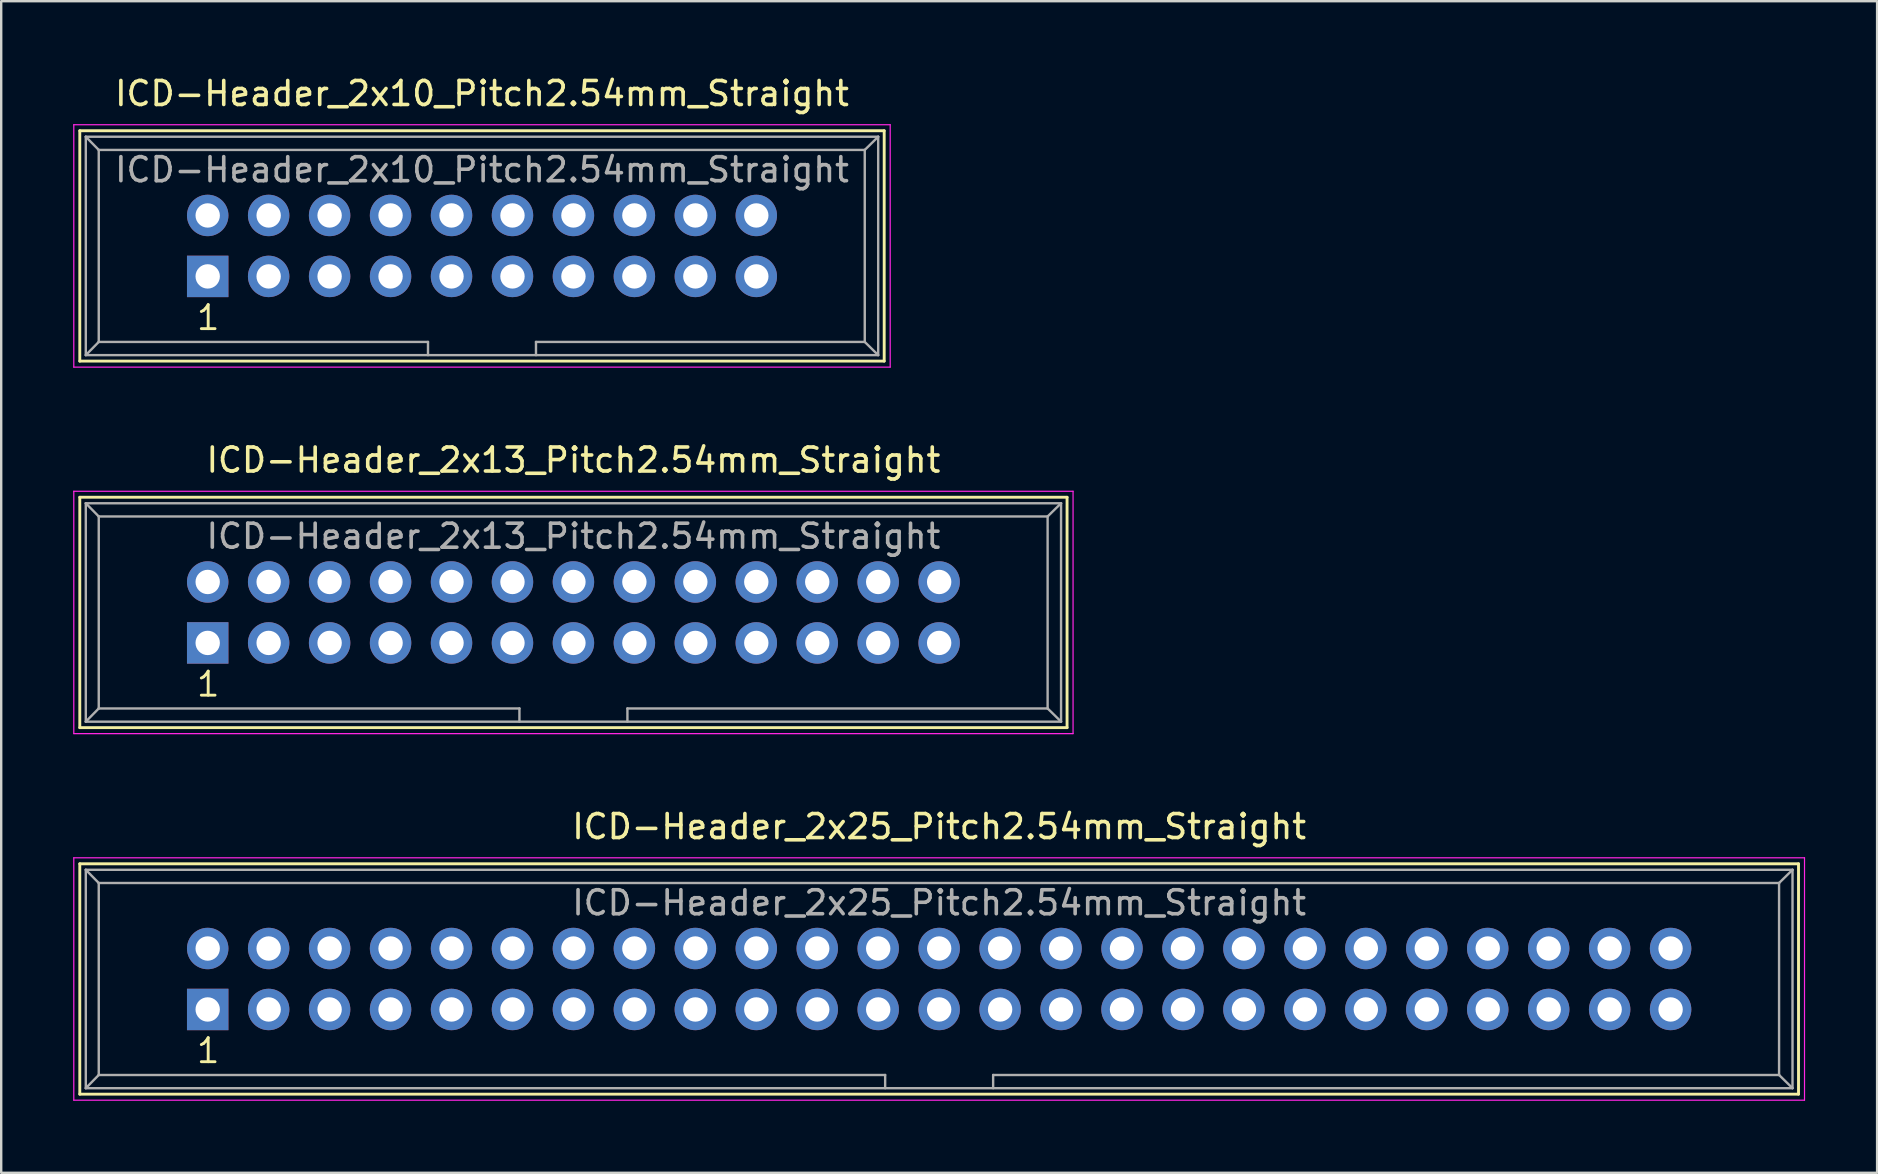
<source format=kicad_pcb>
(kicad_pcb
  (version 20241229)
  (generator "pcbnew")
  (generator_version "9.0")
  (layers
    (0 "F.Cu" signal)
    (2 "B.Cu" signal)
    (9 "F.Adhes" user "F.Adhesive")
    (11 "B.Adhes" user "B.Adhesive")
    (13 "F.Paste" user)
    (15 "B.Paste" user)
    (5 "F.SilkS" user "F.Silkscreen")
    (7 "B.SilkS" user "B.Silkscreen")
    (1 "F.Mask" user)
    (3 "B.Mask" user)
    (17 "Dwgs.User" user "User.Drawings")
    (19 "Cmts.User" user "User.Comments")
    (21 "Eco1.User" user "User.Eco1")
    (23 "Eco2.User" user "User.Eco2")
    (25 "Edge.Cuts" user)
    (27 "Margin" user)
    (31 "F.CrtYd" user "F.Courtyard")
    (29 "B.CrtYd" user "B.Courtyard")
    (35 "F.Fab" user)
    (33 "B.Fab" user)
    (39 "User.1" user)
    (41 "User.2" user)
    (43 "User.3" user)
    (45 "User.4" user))
  (footprint "ICD-Header_2x13_Pitch2.54mm_Straight"
    (layer "F.Cu")
    (at 5.605 23.741)
    (property "Reference" "ICD-Header_2x13_Pitch2.54mm_Straight" (at 15.24 -7.62 0) (layer "F.SilkS") (effects (font (size 1 1) (thickness 0.15))))
    (attr through_hole)
    (fp_line (start -5.33 -6.07) (end 35.81 -6.07) (stroke (width 0.12) (type solid)) (layer "F.SilkS"))
    (fp_line (start -5.33 3.53) (end -5.33 -6.07) (stroke (width 0.12) (type solid)) (layer "F.SilkS"))
    (fp_line (start 35.81 -6.07) (end 35.81 3.53) (stroke (width 0.12) (type solid)) (layer "F.SilkS"))
    (fp_line (start 35.81 3.53) (end -5.33 3.53) (stroke (width 0.12) (type solid)) (layer "F.SilkS"))
    (fp_line (start -5.58 -6.32) (end 36.06 -6.32) (stroke (width 0.05) (type solid)) (layer "F.CrtYd"))
    (fp_line (start -5.58 3.78) (end -5.58 -6.32) (stroke (width 0.05) (type solid)) (layer "F.CrtYd"))
    (fp_line (start 36.06 -6.32) (end 36.06 3.78) (stroke (width 0.05) (type solid)) (layer "F.CrtYd"))
    (fp_line (start 36.06 3.78) (end -5.58 3.78) (stroke (width 0.05) (type solid)) (layer "F.CrtYd"))
    (fp_line (start -5.08 -5.82) (end -5.08 3.28) (stroke (width 0.1) (type solid)) (layer "F.Fab"))
    (fp_line (start -5.08 -5.82) (end -4.54 -5.27) (stroke (width 0.1) (type solid)) (layer "F.Fab"))
    (fp_line (start -5.08 -5.82) (end 35.56 -5.82) (stroke (width 0.1) (type solid)) (layer "F.Fab"))
    (fp_line (start -5.08 3.28) (end -4.54 2.73) (stroke (width 0.1) (type solid)) (layer "F.Fab"))
    (fp_line (start -5.08 3.28) (end 35.56 3.28) (stroke (width 0.1) (type solid)) (layer "F.Fab"))
    (fp_line (start -4.54 -5.27) (end -4.54 2.73) (stroke (width 0.1) (type solid)) (layer "F.Fab"))
    (fp_line (start -4.54 -5.27) (end 35 -5.27) (stroke (width 0.1) (type solid)) (layer "F.Fab"))
    (fp_line (start -4.54 2.73) (end 12.99 2.73) (stroke (width 0.1) (type solid)) (layer "F.Fab"))
    (fp_line (start 12.99 2.73) (end 12.99 3.28) (stroke (width 0.1) (type solid)) (layer "F.Fab"))
    (fp_line (start 17.49 2.73) (end 17.49 3.28) (stroke (width 0.1) (type solid)) (layer "F.Fab"))
    (fp_line (start 17.49 2.73) (end 35 2.73) (stroke (width 0.1) (type solid)) (layer "F.Fab"))
    (fp_line (start 35 -5.27) (end 35 2.73) (stroke (width 0.1) (type solid)) (layer "F.Fab"))
    (fp_line (start 35.56 -5.82) (end 35 -5.27) (stroke (width 0.1) (type solid)) (layer "F.Fab"))
    (fp_line (start 35.56 -5.82) (end 35.56 3.28) (stroke (width 0.1) (type solid)) (layer "F.Fab"))
    (fp_line (start 35.56 3.28) (end 35 2.73) (stroke (width 0.1) (type solid)) (layer "F.Fab"))
    (fp_text user "1" (at 0.02 1.72 0) (layer "F.SilkS") (effects (font (size 1 1) (thickness 0.12))))
    (fp_text user "${REFERENCE}" (at 15.24 -4.445 0) (layer "F.Fab") (effects (font (size 1 1) (thickness 0.15))))
    (pad "1" thru_hole rect (at 0 0) (size 1.727 1.727) (drill 1.016) (layers "*.Cu" "*.Mask"))
    (pad "2" thru_hole oval (at 0 -2.54) (size 1.727 1.727) (drill 1.016) (layers "*.Cu" "*.Mask"))
    (pad "3" thru_hole oval (at 2.54 0) (size 1.727 1.727) (drill 1.016) (layers "*.Cu" "*.Mask"))
    (pad "4" thru_hole oval (at 2.54 -2.54) (size 1.727 1.727) (drill 1.016) (layers "*.Cu" "*.Mask"))
    (pad "5" thru_hole oval (at 5.08 0) (size 1.727 1.727) (drill 1.016) (layers "*.Cu" "*.Mask"))
    (pad "6" thru_hole oval (at 5.08 -2.54) (size 1.727 1.727) (drill 1.016) (layers "*.Cu" "*.Mask"))
    (pad "7" thru_hole oval (at 7.62 0) (size 1.727 1.727) (drill 1.016) (layers "*.Cu" "*.Mask"))
    (pad "8" thru_hole oval (at 7.62 -2.54) (size 1.727 1.727) (drill 1.016) (layers "*.Cu" "*.Mask"))
    (pad "9" thru_hole oval (at 10.16 0) (size 1.727 1.727) (drill 1.016) (layers "*.Cu" "*.Mask"))
    (pad "10" thru_hole oval (at 10.16 -2.54) (size 1.727 1.727) (drill 1.016) (layers "*.Cu" "*.Mask"))
    (pad "11" thru_hole oval (at 12.7 0) (size 1.727 1.727) (drill 1.016) (layers "*.Cu" "*.Mask"))
    (pad "12" thru_hole oval (at 12.7 -2.54) (size 1.727 1.727) (drill 1.016) (layers "*.Cu" "*.Mask"))
    (pad "13" thru_hole oval (at 15.24 0) (size 1.727 1.727) (drill 1.016) (layers "*.Cu" "*.Mask"))
    (pad "14" thru_hole oval (at 15.24 -2.54) (size 1.727 1.727) (drill 1.016) (layers "*.Cu" "*.Mask"))
    (pad "15" thru_hole oval (at 17.78 0) (size 1.727 1.727) (drill 1.016) (layers "*.Cu" "*.Mask"))
    (pad "16" thru_hole oval (at 17.78 -2.54) (size 1.727 1.727) (drill 1.016) (layers "*.Cu" "*.Mask"))
    (pad "17" thru_hole oval (at 20.32 0) (size 1.727 1.727) (drill 1.016) (layers "*.Cu" "*.Mask"))
    (pad "18" thru_hole oval (at 20.32 -2.54) (size 1.727 1.727) (drill 1.016) (layers "*.Cu" "*.Mask"))
    (pad "19" thru_hole oval (at 22.86 0) (size 1.727 1.727) (drill 1.016) (layers "*.Cu" "*.Mask"))
    (pad "20" thru_hole oval (at 22.86 -2.54) (size 1.727 1.727) (drill 1.016) (layers "*.Cu" "*.Mask"))
    (pad "21" thru_hole oval (at 25.4 0) (size 1.727 1.727) (drill 1.016) (layers "*.Cu" "*.Mask"))
    (pad "22" thru_hole oval (at 25.4 -2.54) (size 1.727 1.727) (drill 1.016) (layers "*.Cu" "*.Mask"))
    (pad "23" thru_hole oval (at 27.94 0) (size 1.727 1.727) (drill 1.016) (layers "*.Cu" "*.Mask"))
    (pad "24" thru_hole oval (at 27.94 -2.54) (size 1.727 1.727) (drill 1.016) (layers "*.Cu" "*.Mask"))
    (pad "25" thru_hole oval (at 30.48 0) (size 1.727 1.727) (drill 1.016) (layers "*.Cu" "*.Mask"))
    (pad "26" thru_hole oval (at 30.48 -2.54) (size 1.727 1.727) (drill 1.016) (layers "*.Cu" "*.Mask")))
  (footprint "ICD-Header_2x10_Pitch2.54mm_Straight"
    (layer "F.Cu")
    (at 5.605 8.468)
    (property "Reference" "ICD-Header_2x10_Pitch2.54mm_Straight" (at 11.43 -7.62 0) (layer "F.SilkS") (effects (font (size 1 1) (thickness 0.15))))
    (attr through_hole)
    (fp_line (start -5.33 -6.07) (end 28.19 -6.07) (stroke (width 0.12) (type solid)) (layer "F.SilkS"))
    (fp_line (start -5.33 3.53) (end -5.33 -6.07) (stroke (width 0.12) (type solid)) (layer "F.SilkS"))
    (fp_line (start 28.19 -6.07) (end 28.19 3.53) (stroke (width 0.12) (type solid)) (layer "F.SilkS"))
    (fp_line (start 28.19 3.53) (end -5.33 3.53) (stroke (width 0.12) (type solid)) (layer "F.SilkS"))
    (fp_line (start -5.58 -6.32) (end 28.44 -6.32) (stroke (width 0.05) (type solid)) (layer "F.CrtYd"))
    (fp_line (start -5.58 3.78) (end -5.58 -6.32) (stroke (width 0.05) (type solid)) (layer "F.CrtYd"))
    (fp_line (start 28.44 -6.32) (end 28.44 3.78) (stroke (width 0.05) (type solid)) (layer "F.CrtYd"))
    (fp_line (start 28.44 3.78) (end -5.58 3.78) (stroke (width 0.05) (type solid)) (layer "F.CrtYd"))
    (fp_line (start -5.08 -5.82) (end -5.08 3.28) (stroke (width 0.1) (type solid)) (layer "F.Fab"))
    (fp_line (start -5.08 -5.82) (end -4.54 -5.27) (stroke (width 0.1) (type solid)) (layer "F.Fab"))
    (fp_line (start -5.08 -5.82) (end 27.94 -5.82) (stroke (width 0.1) (type solid)) (layer "F.Fab"))
    (fp_line (start -5.08 3.28) (end -4.54 2.73) (stroke (width 0.1) (type solid)) (layer "F.Fab"))
    (fp_line (start -5.08 3.28) (end 27.94 3.28) (stroke (width 0.1) (type solid)) (layer "F.Fab"))
    (fp_line (start -4.54 -5.27) (end -4.54 2.73) (stroke (width 0.1) (type solid)) (layer "F.Fab"))
    (fp_line (start -4.54 -5.27) (end 27.38 -5.27) (stroke (width 0.1) (type solid)) (layer "F.Fab"))
    (fp_line (start -4.54 2.73) (end 9.18 2.73) (stroke (width 0.1) (type solid)) (layer "F.Fab"))
    (fp_line (start 9.18 2.73) (end 9.18 3.28) (stroke (width 0.1) (type solid)) (layer "F.Fab"))
    (fp_line (start 13.68 2.73) (end 13.68 3.28) (stroke (width 0.1) (type solid)) (layer "F.Fab"))
    (fp_line (start 13.68 2.73) (end 27.38 2.73) (stroke (width 0.1) (type solid)) (layer "F.Fab"))
    (fp_line (start 27.38 -5.27) (end 27.38 2.73) (stroke (width 0.1) (type solid)) (layer "F.Fab"))
    (fp_line (start 27.94 -5.82) (end 27.38 -5.27) (stroke (width 0.1) (type solid)) (layer "F.Fab"))
    (fp_line (start 27.94 -5.82) (end 27.94 3.28) (stroke (width 0.1) (type solid)) (layer "F.Fab"))
    (fp_line (start 27.94 3.28) (end 27.38 2.73) (stroke (width 0.1) (type solid)) (layer "F.Fab"))
    (fp_text user "1" (at 0.02 1.72 0) (layer "F.SilkS") (effects (font (size 1 1) (thickness 0.12))))
    (fp_text user "${REFERENCE}" (at 11.43 -4.445 0) (layer "F.Fab") (effects (font (size 1 1) (thickness 0.15))))
    (pad "1" thru_hole rect (at 0 0) (size 1.727 1.727) (drill 1.016) (layers "*.Cu" "*.Mask"))
    (pad "2" thru_hole oval (at 0 -2.54) (size 1.727 1.727) (drill 1.016) (layers "*.Cu" "*.Mask"))
    (pad "3" thru_hole oval (at 2.54 0) (size 1.727 1.727) (drill 1.016) (layers "*.Cu" "*.Mask"))
    (pad "4" thru_hole oval (at 2.54 -2.54) (size 1.727 1.727) (drill 1.016) (layers "*.Cu" "*.Mask"))
    (pad "5" thru_hole oval (at 5.08 0) (size 1.727 1.727) (drill 1.016) (layers "*.Cu" "*.Mask"))
    (pad "6" thru_hole oval (at 5.08 -2.54) (size 1.727 1.727) (drill 1.016) (layers "*.Cu" "*.Mask"))
    (pad "7" thru_hole oval (at 7.62 0) (size 1.727 1.727) (drill 1.016) (layers "*.Cu" "*.Mask"))
    (pad "8" thru_hole oval (at 7.62 -2.54) (size 1.727 1.727) (drill 1.016) (layers "*.Cu" "*.Mask"))
    (pad "9" thru_hole oval (at 10.16 0) (size 1.727 1.727) (drill 1.016) (layers "*.Cu" "*.Mask"))
    (pad "10" thru_hole oval (at 10.16 -2.54) (size 1.727 1.727) (drill 1.016) (layers "*.Cu" "*.Mask"))
    (pad "11" thru_hole oval (at 12.7 0) (size 1.727 1.727) (drill 1.016) (layers "*.Cu" "*.Mask"))
    (pad "12" thru_hole oval (at 12.7 -2.54) (size 1.727 1.727) (drill 1.016) (layers "*.Cu" "*.Mask"))
    (pad "13" thru_hole oval (at 15.24 0) (size 1.727 1.727) (drill 1.016) (layers "*.Cu" "*.Mask"))
    (pad "14" thru_hole oval (at 15.24 -2.54) (size 1.727 1.727) (drill 1.016) (layers "*.Cu" "*.Mask"))
    (pad "15" thru_hole oval (at 17.78 0) (size 1.727 1.727) (drill 1.016) (layers "*.Cu" "*.Mask"))
    (pad "16" thru_hole oval (at 17.78 -2.54) (size 1.727 1.727) (drill 1.016) (layers "*.Cu" "*.Mask"))
    (pad "17" thru_hole oval (at 20.32 0) (size 1.727 1.727) (drill 1.016) (layers "*.Cu" "*.Mask"))
    (pad "18" thru_hole oval (at 20.32 -2.54) (size 1.727 1.727) (drill 1.016) (layers "*.Cu" "*.Mask"))
    (pad "19" thru_hole oval (at 22.86 0) (size 1.727 1.727) (drill 1.016) (layers "*.Cu" "*.Mask"))
    (pad "20" thru_hole oval (at 22.86 -2.54) (size 1.727 1.727) (drill 1.016) (layers "*.Cu" "*.Mask")))
  (footprint "ICD-Header_2x25_Pitch2.54mm_Straight"
    (layer "F.Cu")
    (at 5.605 39.015)
    (property "Reference" "ICD-Header_2x25_Pitch2.54mm_Straight" (at 30.48 -7.62 0) (layer "F.SilkS") (effects (font (size 1 1) (thickness 0.15))))
    (attr through_hole)
    (fp_line (start -5.33 -6.07) (end 66.29 -6.07) (stroke (width 0.12) (type solid)) (layer "F.SilkS"))
    (fp_line (start -5.33 3.53) (end -5.33 -6.07) (stroke (width 0.12) (type solid)) (layer "F.SilkS"))
    (fp_line (start 66.29 -6.07) (end 66.29 3.53) (stroke (width 0.12) (type solid)) (layer "F.SilkS"))
    (fp_line (start 66.29 3.53) (end -5.33 3.53) (stroke (width 0.12) (type solid)) (layer "F.SilkS"))
    (fp_line (start -5.58 -6.32) (end 66.54 -6.32) (stroke (width 0.05) (type solid)) (layer "F.CrtYd"))
    (fp_line (start -5.58 3.78) (end -5.58 -6.32) (stroke (width 0.05) (type solid)) (layer "F.CrtYd"))
    (fp_line (start 66.54 -6.32) (end 66.54 3.78) (stroke (width 0.05) (type solid)) (layer "F.CrtYd"))
    (fp_line (start 66.54 3.78) (end -5.58 3.78) (stroke (width 0.05) (type solid)) (layer "F.CrtYd"))
    (fp_line (start -5.08 -5.82) (end -5.08 3.28) (stroke (width 0.1) (type solid)) (layer "F.Fab"))
    (fp_line (start -5.08 -5.82) (end -4.54 -5.27) (stroke (width 0.1) (type solid)) (layer "F.Fab"))
    (fp_line (start -5.08 -5.82) (end 66.04 -5.82) (stroke (width 0.1) (type solid)) (layer "F.Fab"))
    (fp_line (start -5.08 3.28) (end -4.54 2.73) (stroke (width 0.1) (type solid)) (layer "F.Fab"))
    (fp_line (start -5.08 3.28) (end 66.04 3.28) (stroke (width 0.1) (type solid)) (layer "F.Fab"))
    (fp_line (start -4.54 -5.27) (end -4.54 2.73) (stroke (width 0.1) (type solid)) (layer "F.Fab"))
    (fp_line (start -4.54 -5.27) (end 65.48 -5.27) (stroke (width 0.1) (type solid)) (layer "F.Fab"))
    (fp_line (start -4.54 2.73) (end 28.23 2.73) (stroke (width 0.1) (type solid)) (layer "F.Fab"))
    (fp_line (start 28.23 2.73) (end 28.23 3.28) (stroke (width 0.1) (type solid)) (layer "F.Fab"))
    (fp_line (start 32.73 2.73) (end 32.73 3.28) (stroke (width 0.1) (type solid)) (layer "F.Fab"))
    (fp_line (start 32.73 2.73) (end 65.48 2.73) (stroke (width 0.1) (type solid)) (layer "F.Fab"))
    (fp_line (start 65.48 -5.27) (end 65.48 2.73) (stroke (width 0.1) (type solid)) (layer "F.Fab"))
    (fp_line (start 66.04 -5.82) (end 65.48 -5.27) (stroke (width 0.1) (type solid)) (layer "F.Fab"))
    (fp_line (start 66.04 -5.82) (end 66.04 3.28) (stroke (width 0.1) (type solid)) (layer "F.Fab"))
    (fp_line (start 66.04 3.28) (end 65.48 2.73) (stroke (width 0.1) (type solid)) (layer "F.Fab"))
    (fp_text user "1" (at 0.02 1.72 0) (layer "F.SilkS") (effects (font (size 1 1) (thickness 0.12))))
    (fp_text user "${REFERENCE}" (at 30.48 -4.445 0) (layer "F.Fab") (effects (font (size 1 1) (thickness 0.15))))
    (pad "1" thru_hole rect (at 0 0) (size 1.727 1.727) (drill 1.016) (layers "*.Cu" "*.Mask"))
    (pad "2" thru_hole oval (at 0 -2.54) (size 1.727 1.727) (drill 1.016) (layers "*.Cu" "*.Mask"))
    (pad "3" thru_hole oval (at 2.54 0) (size 1.727 1.727) (drill 1.016) (layers "*.Cu" "*.Mask"))
    (pad "4" thru_hole oval (at 2.54 -2.54) (size 1.727 1.727) (drill 1.016) (layers "*.Cu" "*.Mask"))
    (pad "5" thru_hole oval (at 5.08 0) (size 1.727 1.727) (drill 1.016) (layers "*.Cu" "*.Mask"))
    (pad "6" thru_hole oval (at 5.08 -2.54) (size 1.727 1.727) (drill 1.016) (layers "*.Cu" "*.Mask"))
    (pad "7" thru_hole oval (at 7.62 0) (size 1.727 1.727) (drill 1.016) (layers "*.Cu" "*.Mask"))
    (pad "8" thru_hole oval (at 7.62 -2.54) (size 1.727 1.727) (drill 1.016) (layers "*.Cu" "*.Mask"))
    (pad "9" thru_hole oval (at 10.16 0) (size 1.727 1.727) (drill 1.016) (layers "*.Cu" "*.Mask"))
    (pad "10" thru_hole oval (at 10.16 -2.54) (size 1.727 1.727) (drill 1.016) (layers "*.Cu" "*.Mask"))
    (pad "11" thru_hole oval (at 12.7 0) (size 1.727 1.727) (drill 1.016) (layers "*.Cu" "*.Mask"))
    (pad "12" thru_hole oval (at 12.7 -2.54) (size 1.727 1.727) (drill 1.016) (layers "*.Cu" "*.Mask"))
    (pad "13" thru_hole oval (at 15.24 0) (size 1.727 1.727) (drill 1.016) (layers "*.Cu" "*.Mask"))
    (pad "14" thru_hole oval (at 15.24 -2.54) (size 1.727 1.727) (drill 1.016) (layers "*.Cu" "*.Mask"))
    (pad "15" thru_hole oval (at 17.78 0) (size 1.727 1.727) (drill 1.016) (layers "*.Cu" "*.Mask"))
    (pad "16" thru_hole oval (at 17.78 -2.54) (size 1.727 1.727) (drill 1.016) (layers "*.Cu" "*.Mask"))
    (pad "17" thru_hole oval (at 20.32 0) (size 1.727 1.727) (drill 1.016) (layers "*.Cu" "*.Mask"))
    (pad "18" thru_hole oval (at 20.32 -2.54) (size 1.727 1.727) (drill 1.016) (layers "*.Cu" "*.Mask"))
    (pad "19" thru_hole oval (at 22.86 0) (size 1.727 1.727) (drill 1.016) (layers "*.Cu" "*.Mask"))
    (pad "20" thru_hole oval (at 22.86 -2.54) (size 1.727 1.727) (drill 1.016) (layers "*.Cu" "*.Mask"))
    (pad "21" thru_hole oval (at 25.4 0) (size 1.727 1.727) (drill 1.016) (layers "*.Cu" "*.Mask"))
    (pad "22" thru_hole oval (at 25.4 -2.54) (size 1.727 1.727) (drill 1.016) (layers "*.Cu" "*.Mask"))
    (pad "23" thru_hole oval (at 27.94 0) (size 1.727 1.727) (drill 1.016) (layers "*.Cu" "*.Mask"))
    (pad "24" thru_hole oval (at 27.94 -2.54) (size 1.727 1.727) (drill 1.016) (layers "*.Cu" "*.Mask"))
    (pad "25" thru_hole oval (at 30.48 0) (size 1.727 1.727) (drill 1.016) (layers "*.Cu" "*.Mask"))
    (pad "26" thru_hole oval (at 30.48 -2.54) (size 1.727 1.727) (drill 1.016) (layers "*.Cu" "*.Mask"))
    (pad "27" thru_hole oval (at 33.02 0) (size 1.727 1.727) (drill 1.016) (layers "*.Cu" "*.Mask"))
    (pad "28" thru_hole oval (at 33.02 -2.54) (size 1.727 1.727) (drill 1.016) (layers "*.Cu" "*.Mask"))
    (pad "29" thru_hole oval (at 35.56 0) (size 1.727 1.727) (drill 1.016) (layers "*.Cu" "*.Mask"))
    (pad "30" thru_hole oval (at 35.56 -2.54) (size 1.727 1.727) (drill 1.016) (layers "*.Cu" "*.Mask"))
    (pad "31" thru_hole oval (at 38.1 0) (size 1.727 1.727) (drill 1.016) (layers "*.Cu" "*.Mask"))
    (pad "32" thru_hole oval (at 38.1 -2.54) (size 1.727 1.727) (drill 1.016) (layers "*.Cu" "*.Mask"))
    (pad "33" thru_hole oval (at 40.64 0) (size 1.727 1.727) (drill 1.016) (layers "*.Cu" "*.Mask"))
    (pad "34" thru_hole oval (at 40.64 -2.54) (size 1.727 1.727) (drill 1.016) (layers "*.Cu" "*.Mask"))
    (pad "35" thru_hole oval (at 43.18 0) (size 1.727 1.727) (drill 1.016) (layers "*.Cu" "*.Mask"))
    (pad "36" thru_hole oval (at 43.18 -2.54) (size 1.727 1.727) (drill 1.016) (layers "*.Cu" "*.Mask"))
    (pad "37" thru_hole oval (at 45.72 0) (size 1.727 1.727) (drill 1.016) (layers "*.Cu" "*.Mask"))
    (pad "38" thru_hole oval (at 45.72 -2.54) (size 1.727 1.727) (drill 1.016) (layers "*.Cu" "*.Mask"))
    (pad "39" thru_hole oval (at 48.26 0) (size 1.727 1.727) (drill 1.016) (layers "*.Cu" "*.Mask"))
    (pad "40" thru_hole oval (at 48.26 -2.54) (size 1.727 1.727) (drill 1.016) (layers "*.Cu" "*.Mask"))
    (pad "41" thru_hole oval (at 50.8 0) (size 1.727 1.727) (drill 1.016) (layers "*.Cu" "*.Mask"))
    (pad "42" thru_hole oval (at 50.8 -2.54) (size 1.727 1.727) (drill 1.016) (layers "*.Cu" "*.Mask"))
    (pad "43" thru_hole oval (at 53.34 0) (size 1.727 1.727) (drill 1.016) (layers "*.Cu" "*.Mask"))
    (pad "44" thru_hole oval (at 53.34 -2.54) (size 1.727 1.727) (drill 1.016) (layers "*.Cu" "*.Mask"))
    (pad "45" thru_hole oval (at 55.88 0) (size 1.727 1.727) (drill 1.016) (layers "*.Cu" "*.Mask"))
    (pad "46" thru_hole oval (at 55.88 -2.54) (size 1.727 1.727) (drill 1.016) (layers "*.Cu" "*.Mask"))
    (pad "47" thru_hole oval (at 58.42 0) (size 1.727 1.727) (drill 1.016) (layers "*.Cu" "*.Mask"))
    (pad "48" thru_hole oval (at 58.42 -2.54) (size 1.727 1.727) (drill 1.016) (layers "*.Cu" "*.Mask"))
    (pad "49" thru_hole oval (at 60.96 0) (size 1.727 1.727) (drill 1.016) (layers "*.Cu" "*.Mask"))
    (pad "50" thru_hole oval (at 60.96 -2.54) (size 1.727 1.727) (drill 1.016) (layers "*.Cu" "*.Mask")))
  (gr_rect
    (start -3 -3)
    (end 75.17 45.82)
    (stroke (width 0.1) (type default))
    (fill no)
    (layer "Edge.Cuts")))
</source>
